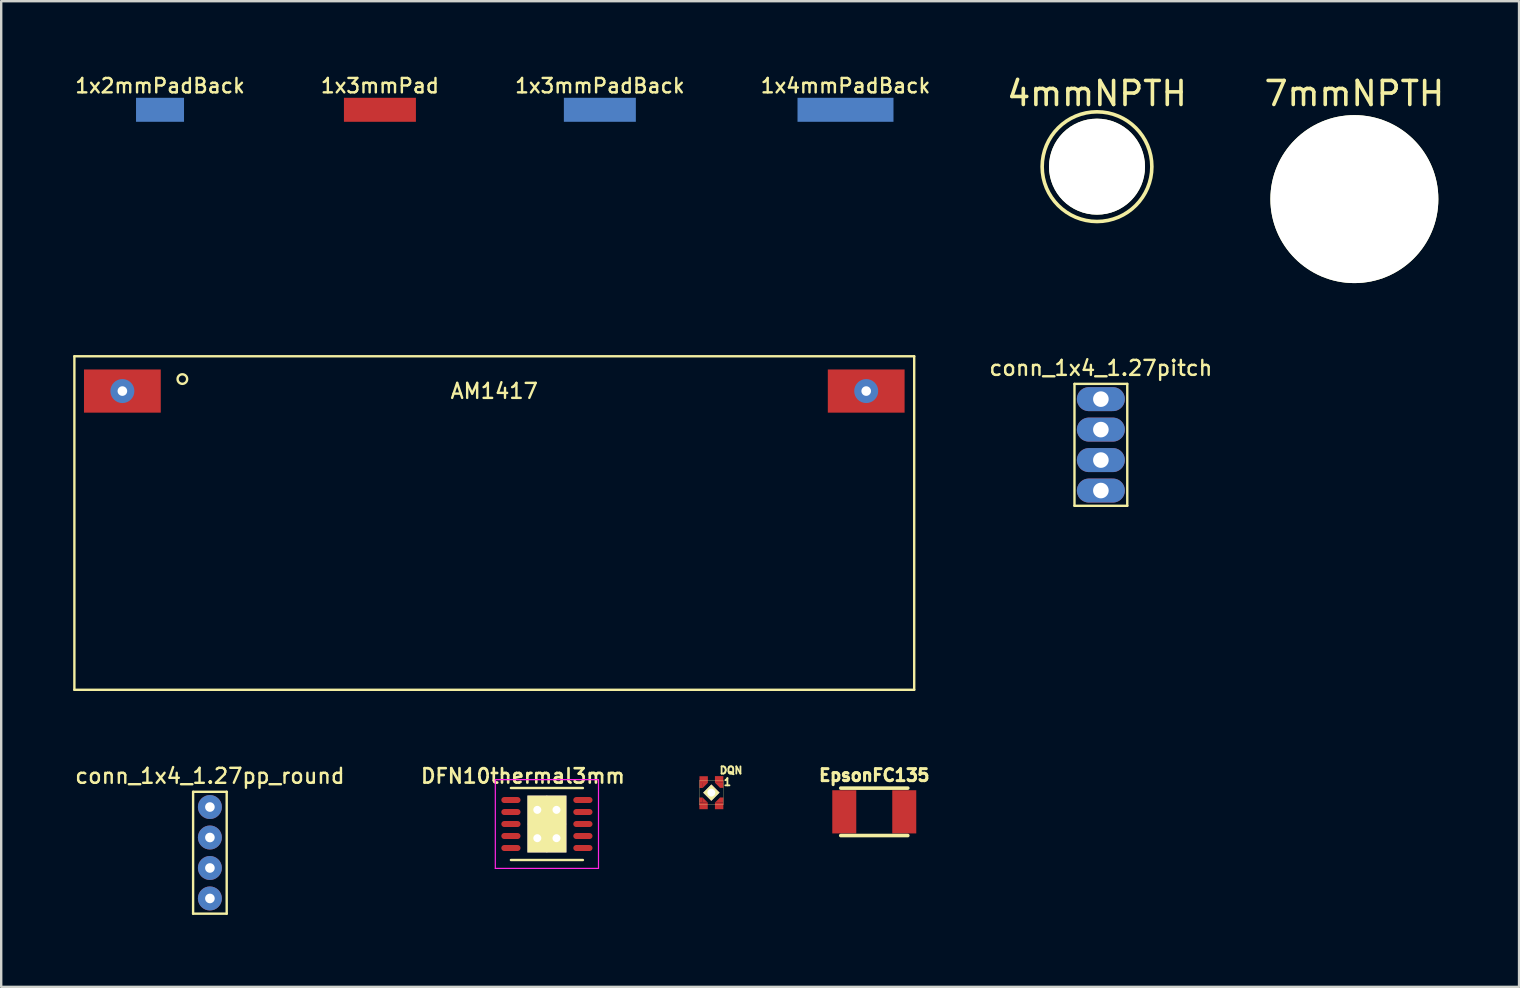
<source format=kicad_pcb>
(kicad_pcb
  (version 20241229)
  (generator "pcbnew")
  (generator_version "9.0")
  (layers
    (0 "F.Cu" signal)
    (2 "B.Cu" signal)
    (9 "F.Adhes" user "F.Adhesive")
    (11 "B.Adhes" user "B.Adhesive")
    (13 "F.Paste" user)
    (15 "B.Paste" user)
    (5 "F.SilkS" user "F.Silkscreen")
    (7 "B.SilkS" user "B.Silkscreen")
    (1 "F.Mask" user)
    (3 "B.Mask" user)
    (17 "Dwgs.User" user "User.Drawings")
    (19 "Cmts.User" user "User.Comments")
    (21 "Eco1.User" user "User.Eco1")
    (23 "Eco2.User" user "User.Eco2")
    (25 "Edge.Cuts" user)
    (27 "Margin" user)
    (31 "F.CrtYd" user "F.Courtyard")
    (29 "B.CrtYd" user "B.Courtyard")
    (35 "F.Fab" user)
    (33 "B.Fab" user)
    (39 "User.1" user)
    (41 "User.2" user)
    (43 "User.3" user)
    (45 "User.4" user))
  (footprint "1x4mmPadBack"
    (placed yes)
    (layer "F.Cu")
    (at 32.187 1.526)
    (property "Reference" "1x4mmPadBack" (at 0 -1 0) (layer "F.SilkS") (effects (font (size 0.6 0.6) (thickness 0.1))))
    (attr through_hole)
    (pad "1" smd rect (at 0 0) (size 4 1) (layers "B.Cu" "B.Mask" "B.Paste")))
  (footprint "conn_1x4_1.27pitch"
    (layer "F.Cu")
    (at 42.83 15.489)
    (property "Reference" "conn_1x4_1.27pitch" (at 0 -3.2 0) (layer "F.SilkS") (effects (font (size 0.625 0.625) (thickness 0.1))))
    (attr through_hole)
    (fp_line (start -1.1 -2.54) (end -1.1 2.54) (stroke (width 0.1) (type solid)) (layer "F.SilkS"))
    (fp_line (start -1.1 2.54) (end 1.1 2.54) (stroke (width 0.1) (type solid)) (layer "F.SilkS"))
    (fp_line (start 1.1 -2.54) (end -1.1 -2.54) (stroke (width 0.1) (type solid)) (layer "F.SilkS"))
    (fp_line (start 1.1 2.54) (end 1.1 -2.54) (stroke (width 0.1) (type solid)) (layer "F.SilkS"))
    (pad "1" thru_hole oval (at 0 -1.905) (size 2 1) (drill 0.65) (layers "*.Cu" "*.Mask"))
    (pad "2" thru_hole oval (at 0 -0.635) (size 2 1) (drill 0.65) (layers "*.Cu" "*.Mask"))
    (pad "3" thru_hole oval (at 0 0.635) (size 2 1) (drill 0.65) (layers "*.Cu" "*.Mask"))
    (pad "4" thru_hole oval (at 0 1.905) (size 2 1) (drill 0.65) (layers "*.Cu" "*.Mask")))
  (footprint "1x3mmPadBack"
    (placed yes)
    (layer "F.Cu")
    (at 21.95 1.526)
    (property "Reference" "1x3mmPadBack" (at 0 -1 0) (layer "F.SilkS") (effects (font (size 0.6 0.6) (thickness 0.1))))
    (attr through_hole)
    (pad "1" smd rect (at 0 0) (size 3 1) (layers "B.Cu" "B.Mask" "B.Paste")))
  (footprint "AM1417"
    (layer "F.Cu")
    (at 17.55 18.748)
    (property "Reference" "AM1417" (at 0 -5.5 0) (layer "F.SilkS") (effects (font (size 0.625 0.625) (thickness 0.1))))
    (attr through_hole)
    (fp_line (start -17.5 -6.95) (end -17.5 6.95) (stroke (width 0.1) (type solid)) (layer "F.SilkS"))
    (fp_line (start -17.5 6.95) (end 17.5 6.95) (stroke (width 0.1) (type solid)) (layer "F.SilkS"))
    (fp_line (start 17.5 -6.95) (end -17.5 -6.95) (stroke (width 0.1) (type solid)) (layer "F.SilkS"))
    (fp_line (start 17.5 6.95) (end 17.5 -6.95) (stroke (width 0.1) (type solid)) (layer "F.SilkS"))
    (fp_circle (center -13 -6) (end -12.859 -5.859) (stroke (width 0.1) (type solid)) (fill no) (layer "F.SilkS"))
    (pad "1" thru_hole circle (at -15.5 -5.5) (size 1 1) (drill 0.4) (layers "*.Cu" "*.Mask"))
    (pad "1" smd rect (at -15.5 -5.5) (size 3.2 1.8) (layers "F.Cu" "F.Mask" "F.Paste"))
    (pad "2" thru_hole circle (at 15.5 -5.5) (size 1 1) (drill 0.4) (layers "*.Cu" "*.Mask"))
    (pad "2" smd rect (at 15.5 -5.5) (size 3.2 1.8) (layers "F.Cu" "F.Mask" "F.Paste")))
  (footprint "1x3mmPad"
    (placed yes)
    (layer "F.Cu")
    (at 12.784 1.526)
    (property "Reference" "1x3mmPad" (at 0 -1 0) (layer "F.SilkS") (effects (font (size 0.6 0.6) (thickness 0.1))))
    (attr through_hole)
    (pad "1" smd rect (at 0 0) (size 3 1) (layers "F.Cu" "F.Mask" "F.Paste")))
  (footprint "1x2mmPadBack"
    (placed yes)
    (layer "F.Cu")
    (at 3.619 1.526)
    (property "Reference" "1x2mmPadBack" (at 0 -1 0) (layer "F.SilkS") (effects (font (size 0.6 0.6) (thickness 0.1))))
    (attr through_hole)
    (pad "1" smd rect (at 0 0) (size 2 1) (layers "B.Cu" "B.Mask" "B.Paste")))
  (footprint "DQN"
    (layer "F.Cu")
    (at 26.596 29.985)
    (property "Reference" "DQN" (at 0.82 -0.93 0) (layer "F.SilkS") (effects (font (size 0.3 0.3) (thickness 0.075))))
    (attr through_hole)
    (fp_line (start -0.5 -0.5) (end 0.5 -0.5) (stroke (width 0.01) (type solid)) (layer "F.SilkS"))
    (fp_line (start -0.5 0.5) (end -0.5 -0.5) (stroke (width 0.01) (type solid)) (layer "F.SilkS"))
    (fp_line (start 0.5 -0.5) (end 0.5 0.5) (stroke (width 0.01) (type solid)) (layer "F.SilkS"))
    (fp_line (start 0.5 0.5) (end -0.5 0.5) (stroke (width 0.01) (type solid)) (layer "F.SilkS"))
    (fp_text user "1" (at 0.67 -0.44 0) (layer "F.SilkS") (effects (font (size 0.3 0.3) (thickness 0.075))))
    (pad "1" smd trapezoid (at 0.31 -0.36 315) (size 0.15 0.15) (rect_delta 0 0.149) (layers "F.Cu" "F.Mask" "F.Paste"))
    (pad "1" smd rect (at 0.325 -0.55 180) (size 0.35 0.28) (layers "F.Cu" "F.Mask" "F.Paste"))
    (pad "1" smd rect (at 0.43 -0.305 180) (size 0.14 0.21) (layers "F.Cu" "F.Mask" "F.Paste"))
    (pad "2" smd rect (at -0.425 -0.3) (size 0.14 0.21) (layers "F.Cu" "F.Mask" "F.Paste"))
    (pad "2" smd rect (at -0.32 -0.545) (size 0.35 0.28) (layers "F.Cu" "F.Mask" "F.Paste"))
    (pad "2" smd trapezoid (at -0.305 -0.355 45) (size 0.15 0.15) (rect_delta 0 0.149) (layers "F.Cu" "F.Mask" "F.Paste"))
    (pad "3" smd rect (at -0.43 0.305) (size 0.14 0.21) (layers "F.Cu" "F.Mask" "F.Paste"))
    (pad "3" smd rect (at -0.325 0.55) (size 0.35 0.28) (layers "F.Cu" "F.Mask" "F.Paste"))
    (pad "3" smd trapezoid (at -0.31 0.36 135) (size 0.15 0.15) (rect_delta 0 0.149) (layers "F.Cu" "F.Mask" "F.Paste"))
    (pad "4" smd trapezoid (at 0.31 0.36 225) (size 0.15 0.15) (rect_delta 0 0.149) (layers "F.Cu" "F.Mask" "F.Paste"))
    (pad "4" smd rect (at 0.325 0.55 180) (size 0.35 0.28) (layers "F.Cu" "F.Mask" "F.Paste"))
    (pad "4" smd rect (at 0.43 0.305 180) (size 0.14 0.21) (layers "F.Cu" "F.Mask" "F.Paste"))
    (pad "5" thru_hole rect (at 0 0 45) (size 0.48 0.48) (drill 0.33) (layers "*.Cu" "*.Mask" "F.SilkS"))
    (pad "5" smd rect (at 0 0 45) (size 0.48 0.48) (layers "F.Cu" "F.Mask" "F.Paste")))
  (footprint "4mmNPTH"
    (layer "F.Cu")
    (at 42.669 3.896)
    (property "Reference" "4mmNPTH" (at 0 -3.048 0) (layer "F.SilkS") (effects (font (size 1 1) (thickness 0.15))))
    (attr through_hole)
    (fp_circle (center 0 0) (end 0 -2.286) (stroke (width 0.15) (type solid)) (fill no) (layer "F.SilkS"))
    (pad "" np_thru_hole circle (at 0 0) (size 4 4) (drill 4) (layers "*.Cu" "*.Mask" "F.SilkS")))
  (footprint "conn_1x4_1.27pp_round"
    (layer "F.Cu")
    (at 5.698 32.489)
    (property "Reference" "conn_1x4_1.27pp_round" (at 0 -3.2 0) (layer "F.SilkS") (effects (font (size 0.625 0.625) (thickness 0.1))))
    (attr through_hole)
    (fp_line (start -0.7 -2.54) (end -0.7 2.54) (stroke (width 0.1) (type solid)) (layer "F.SilkS"))
    (fp_line (start -0.7 2.54) (end 0.7 2.54) (stroke (width 0.1) (type solid)) (layer "F.SilkS"))
    (fp_line (start 0.7 -2.54) (end -0.7 -2.54) (stroke (width 0.1) (type solid)) (layer "F.SilkS"))
    (fp_line (start 0.7 2.54) (end 0.7 -2.54) (stroke (width 0.1) (type solid)) (layer "F.SilkS"))
    (pad "1" thru_hole circle (at 0 -1.905) (size 1 1) (drill 0.4) (layers "*.Cu" "*.Mask"))
    (pad "2" thru_hole circle (at 0 -0.635) (size 1 1) (drill 0.4) (layers "*.Cu" "*.Mask"))
    (pad "3" thru_hole circle (at 0 0.635) (size 1 1) (drill 0.4) (layers "*.Cu" "*.Mask"))
    (pad "4" thru_hole circle (at 0 1.905) (size 1 1) (drill 0.4) (layers "*.Cu" "*.Mask")))
  (footprint "7mmNPTH"
    (layer "F.Cu")
    (at 53.395 5.248)
    (property "Reference" "7mmNPTH" (at 0 -4.4 0) (layer "F.SilkS") (effects (font (size 1 1) (thickness 0.15))))
    (attr through_hole)
    (fp_circle (center 0 0) (end 0 -2.286) (stroke (width 0.15) (type solid)) (fill no) (layer "F.SilkS"))
    (pad "" np_thru_hole circle (at 0 0) (size 7 7) (drill 7) (layers "*.Cu" "*.Mask" "F.SilkS")))
  (footprint "EpsonFC135"
    (layer "F.Cu")
    (at 33.386 30.784)
    (property "Reference" "EpsonFC135" (at 0 -1.524 0) (layer "F.SilkS") (effects (font (size 0.5 0.5) (thickness 0.125))))
    (attr through_hole)
    (fp_line (start -1.397 -0.989) (end 1.397 -0.989) (stroke (width 0.15) (type solid)) (layer "F.SilkS"))
    (fp_line (start -1.397 0.989) (end 1.397 0.989) (stroke (width 0.15) (type solid)) (layer "F.SilkS"))
    (pad "1" smd rect (at 1.25 0) (size 1 1.8) (layers "F.Cu" "F.Mask" "F.Paste"))
    (pad "2" smd rect (at -1.25 0) (size 1 1.8) (layers "F.Cu" "F.Mask" "F.Paste")))
  (footprint "DFN10thermal3mm"
    (layer "F.Cu")
    (at 19.743 31.292)
    (property "Reference" "DFN10thermal3mm" (at -1 -2 0) (layer "F.SilkS") (effects (font (size 0.6 0.6) (thickness 0.11))))
    (attr smd)
    (fp_line (start -1.5 -1.5) (end 1.5 -1.5) (stroke (width 0.1) (type solid)) (layer "F.SilkS"))
    (fp_line (start 1.5 1.5) (end -1.5 1.5) (stroke (width 0.1) (type solid)) (layer "F.SilkS"))
    (fp_line (start -2.15 -1.85) (end -2.15 1.85) (stroke (width 0.05) (type solid)) (layer "F.CrtYd"))
    (fp_line (start -2.15 -1.85) (end 2.15 -1.85) (stroke (width 0.05) (type solid)) (layer "F.CrtYd"))
    (fp_line (start -2.15 1.85) (end 2.15 1.85) (stroke (width 0.05) (type solid)) (layer "F.CrtYd"))
    (fp_line (start 2.15 -1.85) (end 2.15 1.85) (stroke (width 0.05) (type solid)) (layer "F.CrtYd"))
    (pad "1" smd oval (at -1.5 -1) (size 0.8 0.25) (layers "F.Cu" "F.Mask" "F.Paste"))
    (pad "2" smd oval (at -1.5 -0.5) (size 0.8 0.25) (layers "F.Cu" "F.Mask" "F.Paste"))
    (pad "3" smd oval (at -1.5 0) (size 0.8 0.25) (layers "F.Cu" "F.Mask" "F.Paste"))
    (pad "4" smd oval (at -1.5 0.5) (size 0.8 0.25) (layers "F.Cu" "F.Mask" "F.Paste"))
    (pad "5" smd oval (at -1.5 1) (size 0.8 0.25) (layers "F.Cu" "F.Mask" "F.Paste"))
    (pad "6" smd oval (at 1.5 1) (size 0.8 0.25) (layers "F.Cu" "F.Mask" "F.Paste"))
    (pad "7" smd oval (at 1.5 0.5) (size 0.8 0.25) (layers "F.Cu" "F.Mask" "F.Paste"))
    (pad "8" smd oval (at 1.5 0) (size 0.8 0.25) (layers "F.Cu" "F.Mask" "F.Paste"))
    (pad "9" smd oval (at 1.5 -0.5) (size 0.8 0.25) (layers "F.Cu" "F.Mask" "F.Paste"))
    (pad "10" smd oval (at 1.5 -1) (size 0.8 0.25) (layers "F.Cu" "F.Mask" "F.Paste"))
    (pad "11" thru_hole rect (at -0.4 -0.59) (size 0.825 1.19) (drill 0.333) (layers "*.Cu" "*.Mask" "F.SilkS"))
    (pad "11" thru_hole rect (at -0.4 0.59) (size 0.825 1.19) (drill 0.333) (layers "*.Cu" "*.Mask" "F.SilkS"))
    (pad "11" smd rect (at 0 0) (size 1.4 2.2) (layers "F.Cu" "F.Mask" "F.Paste"))
    (pad "11" thru_hole rect (at 0.4 -0.59) (size 0.825 1.19) (drill 0.333) (layers "*.Cu" "*.Mask" "F.SilkS"))
    (pad "11" thru_hole rect (at 0.4 0.59) (size 0.825 1.19) (drill 0.333) (layers "*.Cu" "*.Mask" "F.SilkS")))
  (gr_rect
    (start -3 -3)
    (end 60.258 38.079)
    (stroke (width 0.1) (type default))
    (fill no)
    (layer "Edge.Cuts")))
</source>
